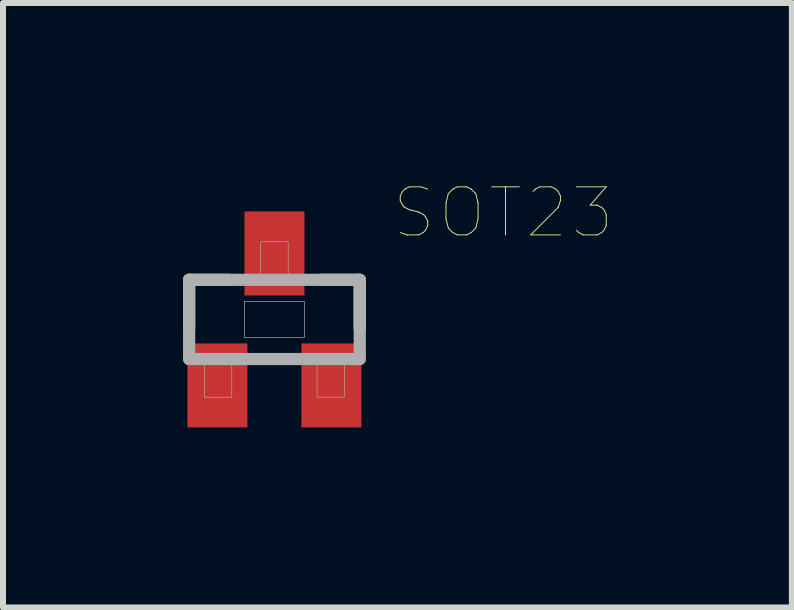
<source format=kicad_pcb>
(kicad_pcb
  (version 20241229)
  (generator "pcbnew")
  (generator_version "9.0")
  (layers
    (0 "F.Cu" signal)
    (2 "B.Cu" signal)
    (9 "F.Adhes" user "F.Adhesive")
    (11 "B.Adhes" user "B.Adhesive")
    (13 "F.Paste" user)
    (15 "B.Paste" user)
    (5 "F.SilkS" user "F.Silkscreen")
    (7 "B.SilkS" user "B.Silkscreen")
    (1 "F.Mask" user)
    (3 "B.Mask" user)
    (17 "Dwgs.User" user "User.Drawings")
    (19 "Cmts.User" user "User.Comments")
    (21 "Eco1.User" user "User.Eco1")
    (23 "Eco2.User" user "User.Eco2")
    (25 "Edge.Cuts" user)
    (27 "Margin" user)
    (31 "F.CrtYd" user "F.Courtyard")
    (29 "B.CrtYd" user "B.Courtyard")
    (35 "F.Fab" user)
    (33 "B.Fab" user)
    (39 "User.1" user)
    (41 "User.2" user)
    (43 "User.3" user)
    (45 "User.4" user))
  (footprint "SOT23"
    (layer "F.Cu")
    (at 1.524 2.274)
    (property "Reference" "SOT23" (at 3.813 -1.779 0) (layer "F.SilkS") (effects (font (size 0.801 0.801) (thickness 0.015))))
    (attr through_hole)
    (fp_line (start -1.422 -0.66) (end -0.764 -0.66) (stroke (width 0.203) (type solid)) (layer "F.SilkS"))
    (fp_line (start -1.422 0.152) (end -1.422 -0.66) (stroke (width 0.203) (type solid)) (layer "F.SilkS"))
    (fp_line (start 0.764 -0.66) (end 1.422 -0.66) (stroke (width 0.203) (type solid)) (layer "F.SilkS"))
    (fp_line (start 1.422 -0.66) (end 1.422 0.152) (stroke (width 0.203) (type solid)) (layer "F.SilkS"))
    (fp_poly (pts (xy -0.5 -0.3) (xy 0.5 -0.3) (xy 0.5 0.3) (xy -0.5 0.3)) (stroke (width 0.01) (type solid)) (fill no) (layer "Dwgs.User"))
    (fp_line (start -1.422 -0.66) (end 1.422 -0.66) (stroke (width 0.203) (type solid)) (layer "F.Fab"))
    (fp_line (start -1.422 0.66) (end -1.422 -0.66) (stroke (width 0.203) (type solid)) (layer "F.Fab"))
    (fp_line (start 1.422 -0.66) (end 1.422 0.66) (stroke (width 0.203) (type solid)) (layer "F.Fab"))
    (fp_line (start 1.422 0.66) (end -1.422 0.66) (stroke (width 0.203) (type solid)) (layer "F.Fab"))
    (fp_poly (pts (xy -1.169 0.711) (xy -0.711 0.711) (xy -0.711 1.296) (xy -1.169 1.296)) (stroke (width 0.01) (type solid)) (fill no) (layer "F.Fab"))
    (fp_poly (pts (xy -0.229 -1.295) (xy 0.229 -1.295) (xy 0.229 -0.712) (xy -0.229 -0.712)) (stroke (width 0.01) (type solid)) (fill no) (layer "F.Fab"))
    (fp_poly (pts (xy 0.711 0.711) (xy 1.168 0.711) (xy 1.168 1.295) (xy 0.711 1.295)) (stroke (width 0.01) (type solid)) (fill no) (layer "F.Fab"))
    (pad "1" smd rect (at -0.95 1.1) (size 1 1.4) (layers "F.Cu" "F.Mask" "F.Paste"))
    (pad "2" smd rect (at 0.95 1.1) (size 1 1.4) (layers "F.Cu" "F.Mask" "F.Paste"))
    (pad "3" smd rect (at 0 -1.1) (size 1 1.4) (layers "F.Cu" "F.Mask" "F.Paste")))
  (gr_rect
    (start -3 -3)
    (end 10.148 7.074)
    (stroke (width 0.1) (type default))
    (fill no)
    (layer "Edge.Cuts")))
</source>
